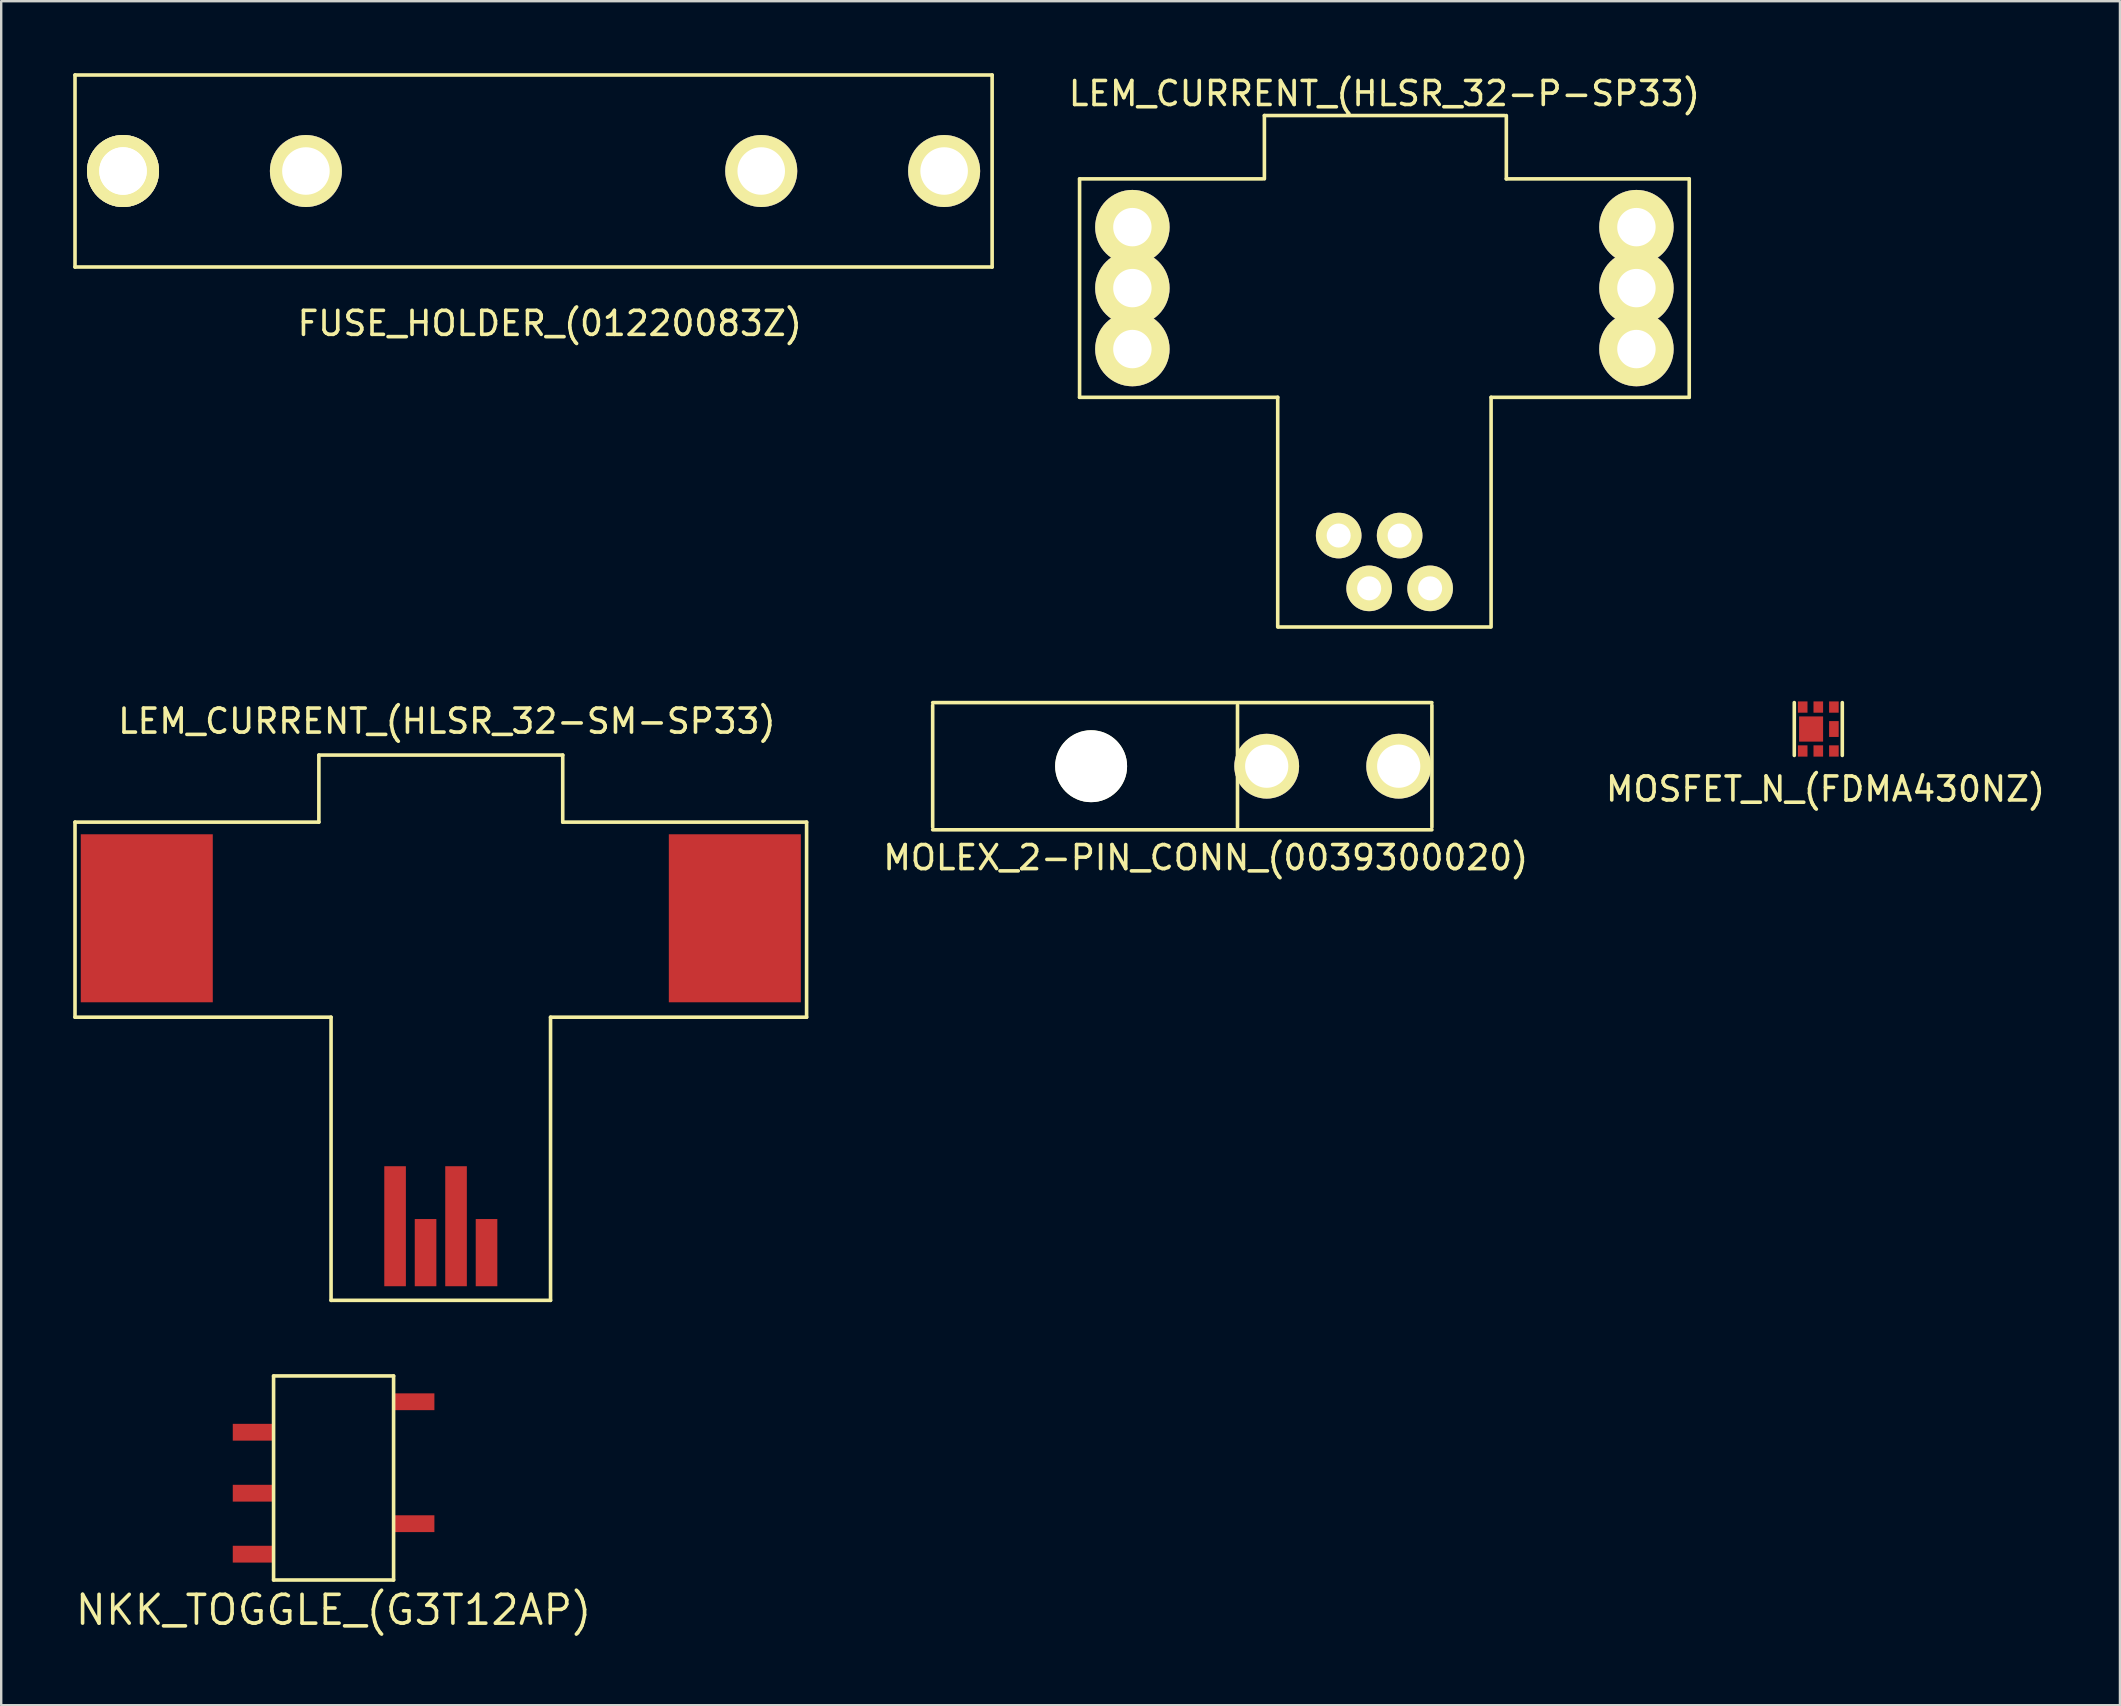
<source format=kicad_pcb>
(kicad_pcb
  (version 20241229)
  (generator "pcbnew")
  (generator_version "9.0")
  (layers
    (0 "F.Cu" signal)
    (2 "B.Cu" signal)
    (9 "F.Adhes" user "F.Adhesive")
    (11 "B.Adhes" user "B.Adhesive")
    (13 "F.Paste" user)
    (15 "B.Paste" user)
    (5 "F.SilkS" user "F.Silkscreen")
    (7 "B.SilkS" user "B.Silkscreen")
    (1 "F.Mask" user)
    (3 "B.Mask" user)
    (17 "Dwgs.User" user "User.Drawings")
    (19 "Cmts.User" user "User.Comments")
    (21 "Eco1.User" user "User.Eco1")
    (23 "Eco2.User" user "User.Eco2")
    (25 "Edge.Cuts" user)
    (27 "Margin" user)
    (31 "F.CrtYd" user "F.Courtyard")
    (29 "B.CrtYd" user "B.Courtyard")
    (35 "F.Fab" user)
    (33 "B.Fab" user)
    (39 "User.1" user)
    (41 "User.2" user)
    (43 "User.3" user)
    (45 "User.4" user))
  (footprint "FUSE_HOLDER_(01220083Z)"
    (layer "F.Cu")
    (at 2.075 4.075)
    (property "Reference" "FUSE_HOLDER_(01220083Z)" (at 17.78 6.35 0) (layer "F.SilkS") (effects (font (size 1 1) (thickness 0.15))))
    (attr through_hole)
    (fp_line (start -2 -4) (end -2 4) (stroke (width 0.15) (type solid)) (layer "F.SilkS"))
    (fp_line (start -2 4) (end 36.21 4) (stroke (width 0.15) (type solid)) (layer "F.SilkS"))
    (fp_line (start 36.21 -4) (end -2 -4) (stroke (width 0.15) (type solid)) (layer "F.SilkS"))
    (fp_line (start 36.21 4) (end 36.21 -4) (stroke (width 0.15) (type solid)) (layer "F.SilkS"))
    (pad "4" thru_hole circle (at 0 0) (size 3 3) (drill 1.98) (layers "*.Cu" "*.Mask" "F.SilkS"))
    (pad "4" thru_hole circle (at 7.62 0) (size 3 3) (drill 1.98) (layers "*.Cu" "*.Mask" "F.SilkS"))
    (pad "5" thru_hole circle (at 0 0) (size 3 3) (drill 1.98) (layers "*.Cu" "*.Mask" "F.SilkS"))
    (pad "6" thru_hole circle (at 26.59 0) (size 3 3) (drill 1.98) (layers "*.Cu" "*.Mask" "F.SilkS"))
    (pad "7" thru_hole circle (at 34.21 0) (size 3 3) (drill 1.98) (layers "*.Cu" "*.Mask" "F.SilkS")))
  (footprint "MOLEX_2-PIN_CONN_(0039300020)"
    (layer "F.Cu")
    (at 49.724 28.872)
    (property "Reference" "MOLEX_2-PIN_CONN_(0039300020)" (at -2.54 3.81 0) (layer "F.SilkS") (effects (font (size 1 1) (thickness 0.15))))
    (attr through_hole)
    (fp_line (start -13.916 -2.54) (end -13.916 2.54) (stroke (width 0.15) (type solid)) (layer "F.SilkS"))
    (fp_line (start -13.916 2.649) (end 6.883 2.649) (stroke (width 0.15) (type solid)) (layer "F.SilkS"))
    (fp_line (start -1.216 2.54) (end -1.216 -2.54) (stroke (width 0.15) (type solid)) (layer "F.SilkS"))
    (fp_line (start 6.883 -2.649) (end -13.916 -2.649) (stroke (width 0.15) (type solid)) (layer "F.SilkS"))
    (fp_line (start 6.883 2.54) (end 6.883 -2.54) (stroke (width 0.15) (type solid)) (layer "F.SilkS"))
    (pad "" np_thru_hole circle (at -7.315 0) (size 2.997 2.997) (drill 2.997) (layers "*.Cu" "*.Mask" "F.SilkS"))
    (pad "1" thru_hole circle (at 0 0) (size 2.7 2.7) (drill 1.8) (layers "*.Cu" "*.Mask" "F.SilkS"))
    (pad "2" thru_hole circle (at 5.5 0) (size 2.7 2.7) (drill 1.8) (layers "*.Cu" "*.Mask" "F.SilkS")))
  (footprint "NKK_TOGGLE_(G3T12AP)"
    (layer "F.Cu")
    (at 10.848 58.526)
    (property "Reference" "NKK_TOGGLE_(G3T12AP)" (at 0 5.5 180) (layer "F.SilkS") (effects (font (size 1.2 1.2) (thickness 0.15))))
    (attr through_hole)
    (fp_line (start -2.5 -4.25) (end -2.5 4.25) (stroke (width 0.15) (type solid)) (layer "F.SilkS"))
    (fp_line (start -2.5 4.25) (end 2.5 4.25) (stroke (width 0.15) (type solid)) (layer "F.SilkS"))
    (fp_line (start 2.5 -4.25) (end -2.5 -4.25) (stroke (width 0.15) (type solid)) (layer "F.SilkS"))
    (fp_line (start 2.5 4.25) (end 2.5 -4.25) (stroke (width 0.15) (type solid)) (layer "F.SilkS"))
    (pad "" smd rect (at 3.35 -3.175) (size 1.7 0.7) (layers "F.Cu" "F.Mask" "F.Paste"))
    (pad "" smd rect (at 3.35 1.905) (size 1.7 0.7) (layers "F.Cu" "F.Mask" "F.Paste"))
    (pad "4" smd rect (at -3.35 -1.905) (size 1.7 0.7) (layers "F.Cu" "F.Mask" "F.Paste"))
    (pad "5" smd rect (at -3.35 0.635) (size 1.7 0.7) (layers "F.Cu" "F.Mask" "F.Paste"))
    (pad "6" smd rect (at -3.35 3.175) (size 1.7 0.7) (layers "F.Cu" "F.Mask" "F.Paste")))
  (footprint "LEM_CURRENT_(HLSR_32-SM-SP33)"
    (layer "F.Cu")
    (at 15.315 45.538)
    (property "Reference" "LEM_CURRENT_(HLSR_32-SM-SP33)" (at 0.254 -18.542 0) (layer "F.SilkS") (effects (font (size 1 1) (thickness 0.15))))
    (attr through_hole)
    (fp_line (start -15.24 -14.336) (end -15.24 -6.208) (stroke (width 0.15) (type solid)) (layer "F.SilkS"))
    (fp_line (start -5.08 -17.13) (end -5.08 -14.336) (stroke (width 0.15) (type solid)) (layer "F.SilkS"))
    (fp_line (start -5.08 -14.336) (end -15.24 -14.336) (stroke (width 0.15) (type solid)) (layer "F.SilkS"))
    (fp_line (start -4.572 -6.208) (end -15.24 -6.208) (stroke (width 0.15) (type solid)) (layer "F.SilkS"))
    (fp_line (start -4.572 5.588) (end -4.572 -6.208) (stroke (width 0.15) (type solid)) (layer "F.SilkS"))
    (fp_line (start 4.572 -6.208) (end 4.572 5.588) (stroke (width 0.15) (type solid)) (layer "F.SilkS"))
    (fp_line (start 4.572 5.588) (end -4.572 5.588) (stroke (width 0.15) (type solid)) (layer "F.SilkS"))
    (fp_line (start 5.08 -17.13) (end -5.08 -17.13) (stroke (width 0.15) (type solid)) (layer "F.SilkS"))
    (fp_line (start 5.08 -14.336) (end 5.08 -17.13) (stroke (width 0.15) (type solid)) (layer "F.SilkS"))
    (fp_line (start 15.24 -14.336) (end 5.08 -14.336) (stroke (width 0.15) (type solid)) (layer "F.SilkS"))
    (fp_line (start 15.24 -6.208) (end 4.572 -6.208) (stroke (width 0.15) (type solid)) (layer "F.SilkS"))
    (fp_line (start 15.24 -6.208) (end 15.24 -14.336) (stroke (width 0.15) (type solid)) (layer "F.SilkS"))
    (pad "1" smd rect (at -1.905 2.5) (size 0.9 5) (layers "F.Cu" "F.Mask" "F.Paste"))
    (pad "2" smd rect (at -0.635 3.6) (size 0.9 2.8) (layers "F.Cu" "F.Mask" "F.Paste"))
    (pad "3" smd rect (at 0.635 2.5) (size 0.9 5) (layers "F.Cu" "F.Mask" "F.Paste"))
    (pad "4" smd rect (at 1.905 3.6) (size 0.9 2.8) (layers "F.Cu" "F.Mask" "F.Paste"))
    (pad "5" smd rect (at 12.25 -10.33) (size 5.5 7) (layers "F.Cu" "F.Mask" "F.Paste"))
    (pad "8" smd rect (at -12.25 -10.33) (size 5.5 7) (layers "F.Cu" "F.Mask" "F.Paste")))
  (footprint "MOSFET_N_(FDMA430NZ)"
    (layer "F.Cu")
    (at 72.705 27.323)
    (property "Reference" "MOSFET_N_(FDMA430NZ)" (at 0.3 2.5 0) (layer "F.SilkS") (effects (font (size 1 1) (thickness 0.15))))
    (attr through_hole)
    (fp_line (start -1 -1.1) (end -1 1.1) (stroke (width 0.15) (type solid)) (layer "F.SilkS"))
    (fp_line (start 1 -1.1) (end 1 1.1) (stroke (width 0.15) (type solid)) (layer "F.SilkS"))
    (pad "1" smd rect (at -0.65 0.915) (size 0.4 0.47) (layers "F.Cu" "F.Mask" "F.Paste"))
    (pad "1" smd rect (at -0.3 0) (size 1 1.05) (layers "F.Cu" "F.Mask" "F.Paste"))
    (pad "2" smd rect (at 0 0.915) (size 0.4 0.47) (layers "F.Cu" "F.Mask" "F.Paste"))
    (pad "3" smd rect (at 0.65 0.915) (size 0.4 0.47) (layers "F.Cu" "F.Mask" "F.Paste"))
    (pad "4" smd rect (at 0.65 -0.915) (size 0.4 0.47) (layers "F.Cu" "F.Mask" "F.Paste"))
    (pad "4" smd rect (at 0.65 0) (size 0.4 0.66) (layers "F.Cu" "F.Mask" "F.Paste"))
    (pad "5" smd rect (at 0 -0.915) (size 0.4 0.47) (layers "F.Cu" "F.Mask" "F.Paste"))
    (pad "6" smd rect (at -0.65 -0.915) (size 0.4 0.47) (layers "F.Cu" "F.Mask" "F.Paste")))
  (footprint "LEM_CURRENT_(HLSR_32-P-SP33)"
    (layer "F.Cu")
    (at 54.628 19.263)
    (property "Reference" "LEM_CURRENT_(HLSR_32-P-SP33)" (at 0 -18.415 0) (layer "F.SilkS") (effects (font (size 1 1) (thickness 0.15))))
    (attr through_hole)
    (fp_line (start -12.7 -14.86) (end -12.7 -5.76) (stroke (width 0.15) (type solid)) (layer "F.SilkS"))
    (fp_line (start -12.7 -14.86) (end -5.08 -14.86) (stroke (width 0.15) (type solid)) (layer "F.SilkS"))
    (fp_line (start -5 -17.5) (end 5 -17.5) (stroke (width 0.15) (type solid)) (layer "F.SilkS"))
    (fp_line (start -5 -14.86) (end -5 -17.5) (stroke (width 0.15) (type solid)) (layer "F.SilkS"))
    (fp_line (start -4.445 -5.76) (end -12.7 -5.76) (stroke (width 0.15) (type solid)) (layer "F.SilkS"))
    (fp_line (start -4.445 3.81) (end -4.445 -5.76) (stroke (width 0.15) (type solid)) (layer "F.SilkS"))
    (fp_line (start -4.4 3.81) (end 4.4 3.81) (stroke (width 0.15) (type solid)) (layer "F.SilkS"))
    (fp_line (start 4.445 -5.76) (end 12.7 -5.76) (stroke (width 0.15) (type solid)) (layer "F.SilkS"))
    (fp_line (start 4.445 3.81) (end 4.445 -5.76) (stroke (width 0.15) (type solid)) (layer "F.SilkS"))
    (fp_line (start 5.08 -17.5) (end 5.08 -14.86) (stroke (width 0.15) (type solid)) (layer "F.SilkS"))
    (fp_line (start 5.08 -14.86) (end 12.7 -14.86) (stroke (width 0.15) (type solid)) (layer "F.SilkS"))
    (fp_line (start 12.7 -14.86) (end 12.7 -5.76) (stroke (width 0.15) (type solid)) (layer "F.SilkS"))
    (pad "1" thru_hole circle (at -1.905 0) (size 1.9 1.9) (drill 1) (layers "*.Cu" "*.Mask" "F.SilkS"))
    (pad "2" thru_hole circle (at -0.635 2.2) (size 1.9 1.9) (drill 1) (layers "*.Cu" "*.Mask" "F.SilkS"))
    (pad "3" thru_hole circle (at 0.635 0) (size 1.9 1.9) (drill 1) (layers "*.Cu" "*.Mask" "F.SilkS"))
    (pad "4" thru_hole circle (at 1.905 2.2) (size 1.9 1.9) (drill 1) (layers "*.Cu" "*.Mask" "F.SilkS"))
    (pad "5" thru_hole circle (at 10.5 -7.77) (size 3.1 3.1) (drill 1.6) (layers "*.Cu" "*.Mask" "F.SilkS"))
    (pad "6" thru_hole circle (at 10.5 -10.31) (size 3.1 3.1) (drill 1.6) (layers "*.Cu" "*.Mask" "F.SilkS"))
    (pad "7" thru_hole circle (at 10.5 -12.85) (size 3.1 3.1) (drill 1.6) (layers "*.Cu" "*.Mask" "F.SilkS"))
    (pad "8" thru_hole circle (at -10.5 -12.85) (size 3.1 3.1) (drill 1.6) (layers "*.Cu" "*.Mask" "F.SilkS"))
    (pad "9" thru_hole circle (at -10.5 -10.31) (size 3.1 3.1) (drill 1.6) (layers "*.Cu" "*.Mask" "F.SilkS"))
    (pad "10" thru_hole circle (at -10.5 -7.77) (size 3.1 3.1) (drill 1.6) (layers "*.Cu" "*.Mask" "F.SilkS")))
  (gr_rect
    (start -3 -3)
    (end 85.273 67.992)
    (stroke (width 0.1) (type default))
    (fill no)
    (layer "Edge.Cuts")))
</source>
